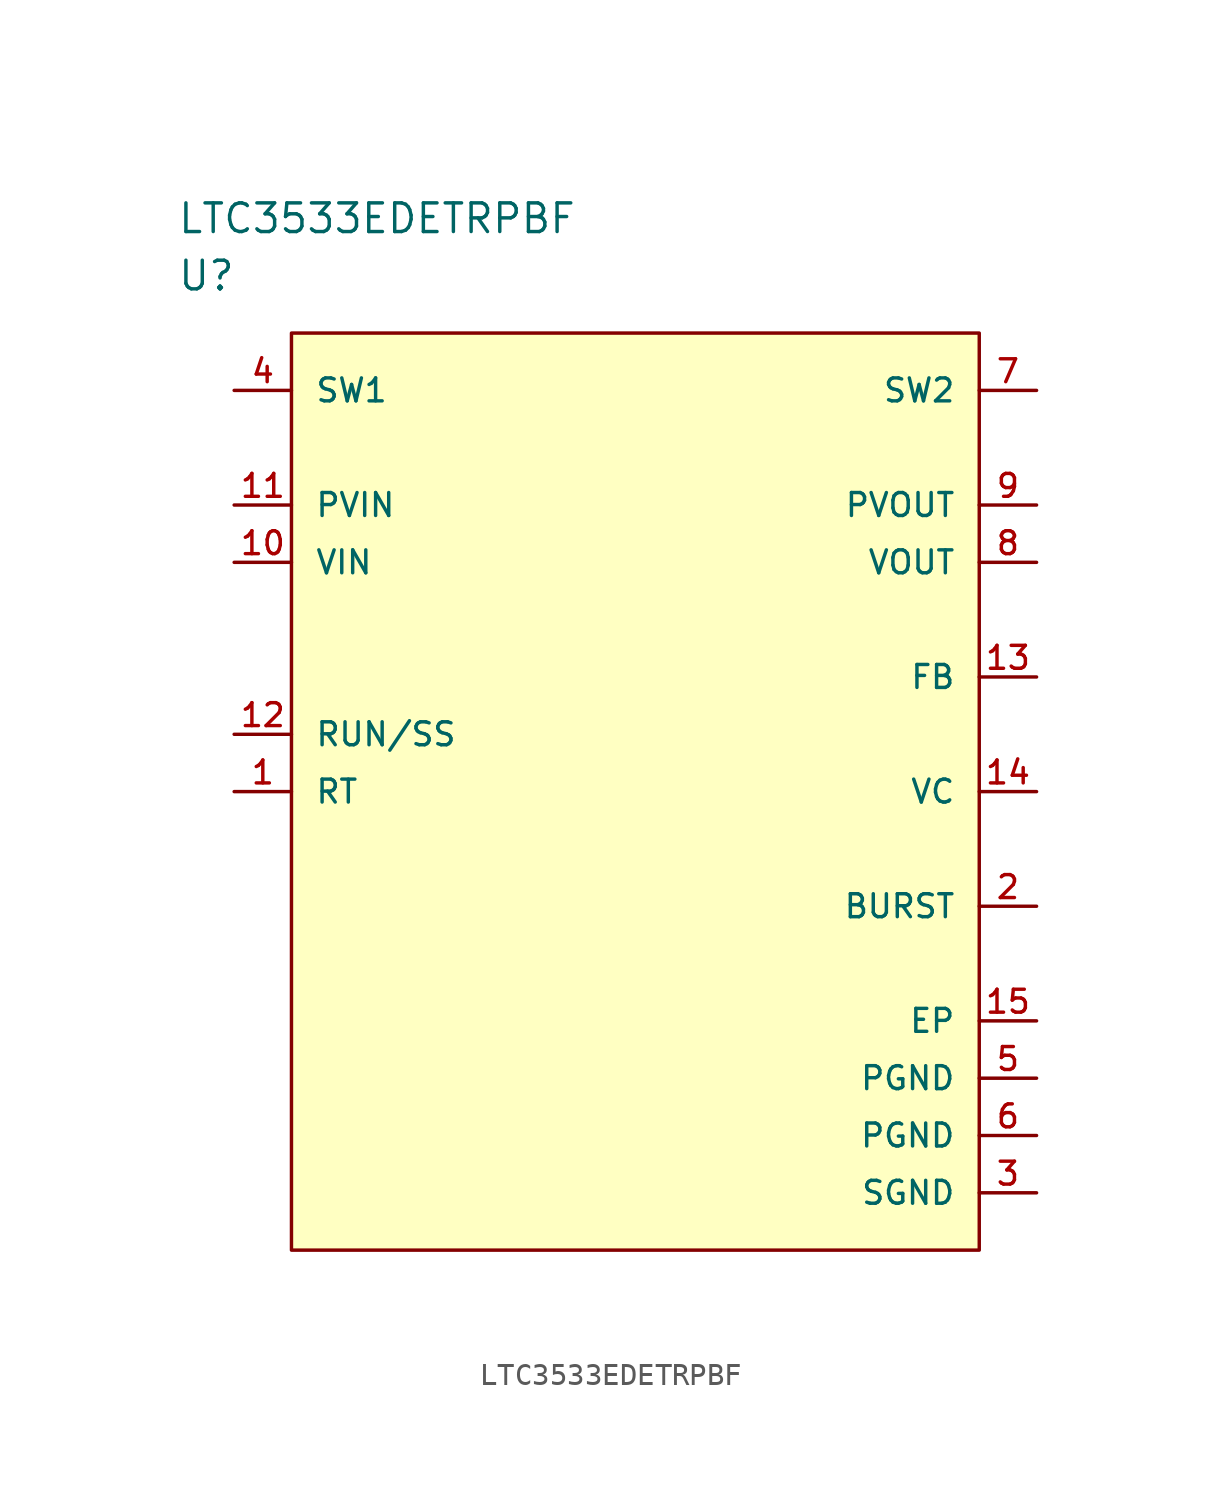
<source format=kicad_sym>
(kicad_symbol_lib
  (version 20210619)
  (generator kicad_symbol_editor)
  (symbol "LTC3533EDETRPBF"
    (pin_names
      (offset 1.016))
    (property "Reference" "U"
      (at 0 5.08 0)
      (effects (font (size 1.27 1.27)) (justify left)))
    (property "Value" "LTC3533EDETRPBF"
      (at 0 7.62 0)
      (effects (font (size 1.27 1.27)) (justify left)))
    (property "ki_locked" ""
      (at 0 0 0)
      (effects (font (size 1.27 1.27))))
    (symbol "LTC3533EDETRPBF_1_1"
      (rectangle (start 5.08 2.54) (end 35.56 -38.1) (stroke (width 0)) (fill (type background)))
      (pin passive line (at 2.54 -17.78 0) (length 2.54) (name "RT" (effects (font (size 1.016 1.016)))) (number "1" (effects (font (size 1.016 1.016)))))
      (pin power_in line (at 2.54 -7.62 0) (length 2.54) (name "VIN" (effects (font (size 1.016 1.016)))) (number "10" (effects (font (size 1.016 1.016)))))
      (pin power_in line (at 2.54 -5.08 0) (length 2.54) (name "PVIN" (effects (font (size 1.016 1.016)))) (number "11" (effects (font (size 1.016 1.016)))))
      (pin input line (at 2.54 -15.24 0) (length 2.54) (name "RUN/SS" (effects (font (size 1.016 1.016)))) (number "12" (effects (font (size 1.016 1.016)))))
      (pin input line (at 38.1 -12.7 180) (length 2.54) (name "FB" (effects (font (size 1.016 1.016)))) (number "13" (effects (font (size 1.016 1.016)))))
      (pin passive line (at 38.1 -17.78 180) (length 2.54) (name "VC" (effects (font (size 1.016 1.016)))) (number "14" (effects (font (size 1.016 1.016)))))
      (pin passive line (at 38.1 -27.94 180) (length 2.54) (name "EP" (effects (font (size 1.016 1.016)))) (number "15" (effects (font (size 1.016 1.016)))))
      (pin passive line (at 38.1 -22.86 180) (length 2.54) (name "BURST" (effects (font (size 1.016 1.016)))) (number "2" (effects (font (size 1.016 1.016)))))
      (pin power_in line (at 38.1 -35.56 180) (length 2.54) (name "SGND" (effects (font (size 1.016 1.016)))) (number "3" (effects (font (size 1.016 1.016)))))
      (pin power_in line (at 2.54 0 0) (length 2.54) (name "SW1" (effects (font (size 1.016 1.016)))) (number "4" (effects (font (size 1.016 1.016)))))
      (pin power_in line (at 38.1 -30.48 180) (length 2.54) (name "PGND" (effects (font (size 1.016 1.016)))) (number "5" (effects (font (size 1.016 1.016)))))
      (pin power_in line (at 38.1 -33.02 180) (length 2.54) (name "PGND" (effects (font (size 1.016 1.016)))) (number "6" (effects (font (size 1.016 1.016)))))
      (pin power_in line (at 38.1 0 180) (length 2.54) (name "SW2" (effects (font (size 1.016 1.016)))) (number "7" (effects (font (size 1.016 1.016)))))
      (pin power_in line (at 38.1 -7.62 180) (length 2.54) (name "VOUT" (effects (font (size 1.016 1.016)))) (number "8" (effects (font (size 1.016 1.016)))))
      (pin power_in line (at 38.1 -5.08 180) (length 2.54) (name "PVOUT" (effects (font (size 1.016 1.016)))) (number "9" (effects (font (size 1.016 1.016))))))))
</source>
